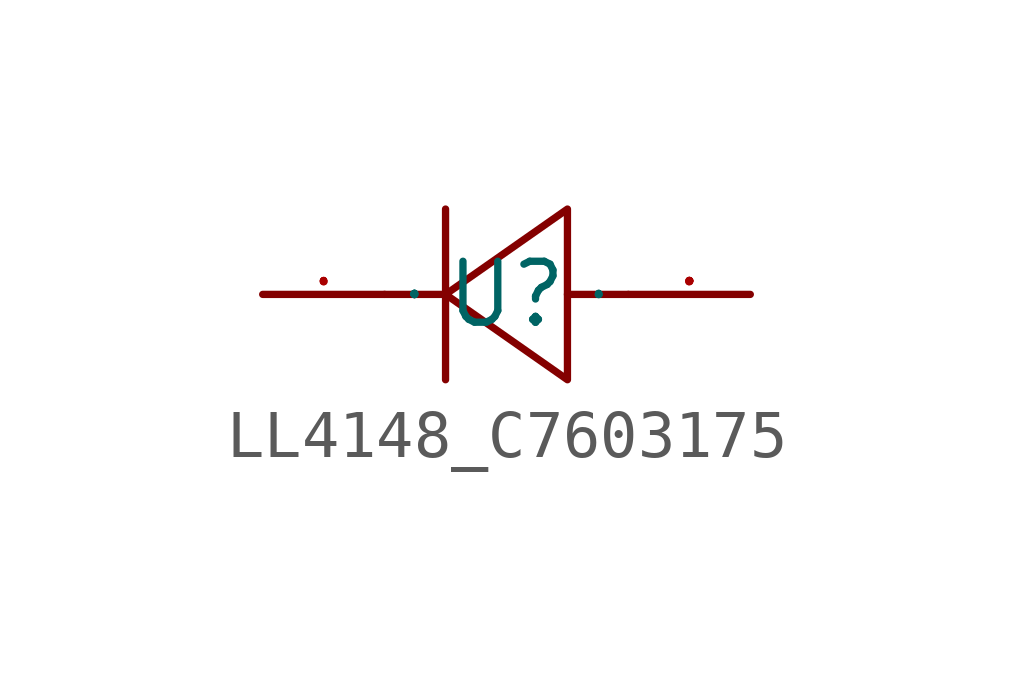
<source format=kicad_sym>
(kicad_symbol_lib
  (version 20241209)
  (generator "kicad_symbol_editor")
  (generator_version "9.0")
  (symbol "LL4148_C7603175"
    (property "Reference" "U"
      (at 0 0 0)
      (effects (font (size 1.27 1.27))))
    (property "Value" ""
      (at 0 0 0)
      (effects (font (size 1.27 1.27))))
    (symbol "LL4148_C7603175_1_0"
      (polyline (pts (xy -1.27 1.778) (xy -1.27 -1.778)) (stroke (width 0) (type default)) (fill (type none)))
      (polyline (pts (xy -1.27 0) (xy -2.54 0)) (stroke (width 0) (type default)) (fill (type none)))
      (polyline (pts (xy 1.27 1.778) (xy -1.27 0) (xy -1.27 0) (xy 1.27 -1.778) (xy 1.27 -1.778) (xy 1.27 1.778)) (stroke (width 0) (type default)) (fill (type none)))
      (polyline (pts (xy 2.54 0) (xy 1.27 0)) (stroke (width 0) (type default)) (fill (type none)))
      (pin unspecified line (at -5.08 0 0) (length 2.54) (name "C" (effects (font (size 0.025 0.025)))) (number "1" (effects (font (size 0.025 0.025)))))
      (pin unspecified line (at 5.08 0 180) (length 2.54) (name "A" (effects (font (size 0.025 0.025)))) (number "2" (effects (font (size 0.025 0.025))))))))
</source>
